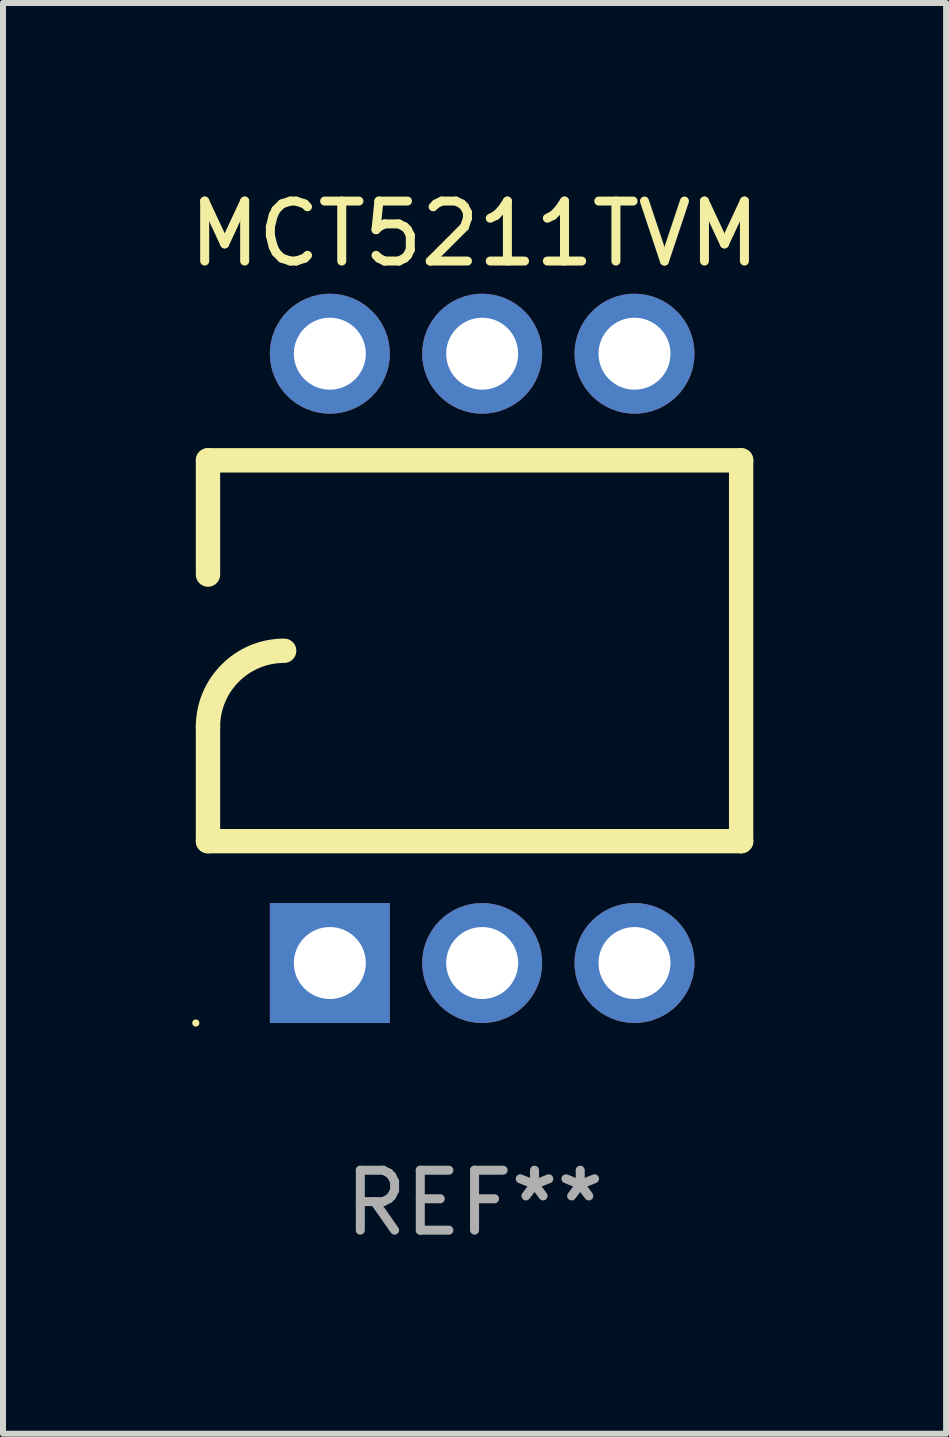
<source format=kicad_pcb>
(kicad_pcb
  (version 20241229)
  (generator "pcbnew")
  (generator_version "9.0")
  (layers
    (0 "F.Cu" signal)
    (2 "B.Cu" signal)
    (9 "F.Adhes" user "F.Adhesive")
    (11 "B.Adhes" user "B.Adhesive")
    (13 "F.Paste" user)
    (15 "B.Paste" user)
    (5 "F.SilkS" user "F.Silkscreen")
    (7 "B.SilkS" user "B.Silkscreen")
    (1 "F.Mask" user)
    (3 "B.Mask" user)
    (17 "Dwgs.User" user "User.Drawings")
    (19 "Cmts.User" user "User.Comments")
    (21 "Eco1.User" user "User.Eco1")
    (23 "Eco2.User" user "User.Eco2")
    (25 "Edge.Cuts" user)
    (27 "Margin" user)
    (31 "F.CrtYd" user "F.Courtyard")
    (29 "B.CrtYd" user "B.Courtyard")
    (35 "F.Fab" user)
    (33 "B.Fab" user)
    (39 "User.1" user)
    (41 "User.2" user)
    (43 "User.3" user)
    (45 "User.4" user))
  (footprint "MCT5211TVM"
    (layer "F.Cu")
    (at 4.863 7.928)
    (property "Reference" "MCT5211TVM" (at 0 -7.08 0) (layer "F.SilkS") (effects (font (size 1 1) (thickness 0.15))))
    (attr through_hole)
    (fp_line (start -4.445 -3.302) (end 4.445 -3.302) (stroke (width 0.406) (type solid)) (layer "F.SilkS"))
    (fp_line (start -4.445 -1.397) (end -4.445 -3.302) (stroke (width 0.406) (type solid)) (layer "F.SilkS"))
    (fp_line (start -4.445 3.048) (end -4.445 1.143) (stroke (width 0.406) (type solid)) (layer "F.SilkS"))
    (fp_line (start -4.445 3.048) (end 4.445 3.048) (stroke (width 0.406) (type solid)) (layer "F.SilkS"))
    (fp_line (start 4.445 -3.302) (end 4.445 3.048) (stroke (width 0.406) (type solid)) (layer "F.SilkS"))
    (fp_arc (start -4.444983 1.143002) (mid -4.073008 0.244974) (end -3.17498 -0.127) (stroke (width 0.4064) (type solid)) (layer "F.SilkS"))
    (fp_circle (center -4.648 6.08) (end -4.618 6.08) (stroke (width 0.06) (type solid)) (fill no) (layer "F.SilkS"))
    (fp_text user "REF**" (at 0 9.08 0) (layer "F.Fab") (effects (font (size 1 1) (thickness 0.15))))
    (pad "1" thru_hole rect (at -2.413 5.08 90) (size 2 2) (drill 1.2) (layers "*.Cu" "*.Mask"))
    (pad "2" thru_hole circle (at 0.127 5.08) (size 2 2) (drill 1.2) (layers "*.Cu" "*.Mask"))
    (pad "3" thru_hole circle (at 2.667 5.08) (size 2 2) (drill 1.2) (layers "*.Cu" "*.Mask"))
    (pad "4" thru_hole circle (at 2.667 -5.08) (size 2 2) (drill 1.2) (layers "*.Cu" "*.Mask"))
    (pad "5" thru_hole circle (at 0.127 -5.08) (size 2 2) (drill 1.2) (layers "*.Cu" "*.Mask"))
    (pad "6" thru_hole circle (at -2.413 -5.08) (size 2 2) (drill 1.2) (layers "*.Cu" "*.Mask")))
  (gr_rect
    (start -3 -3)
    (end 12.726 20.857)
    (stroke (width 0.1) (type default))
    (fill no)
    (layer "Edge.Cuts")))
</source>
